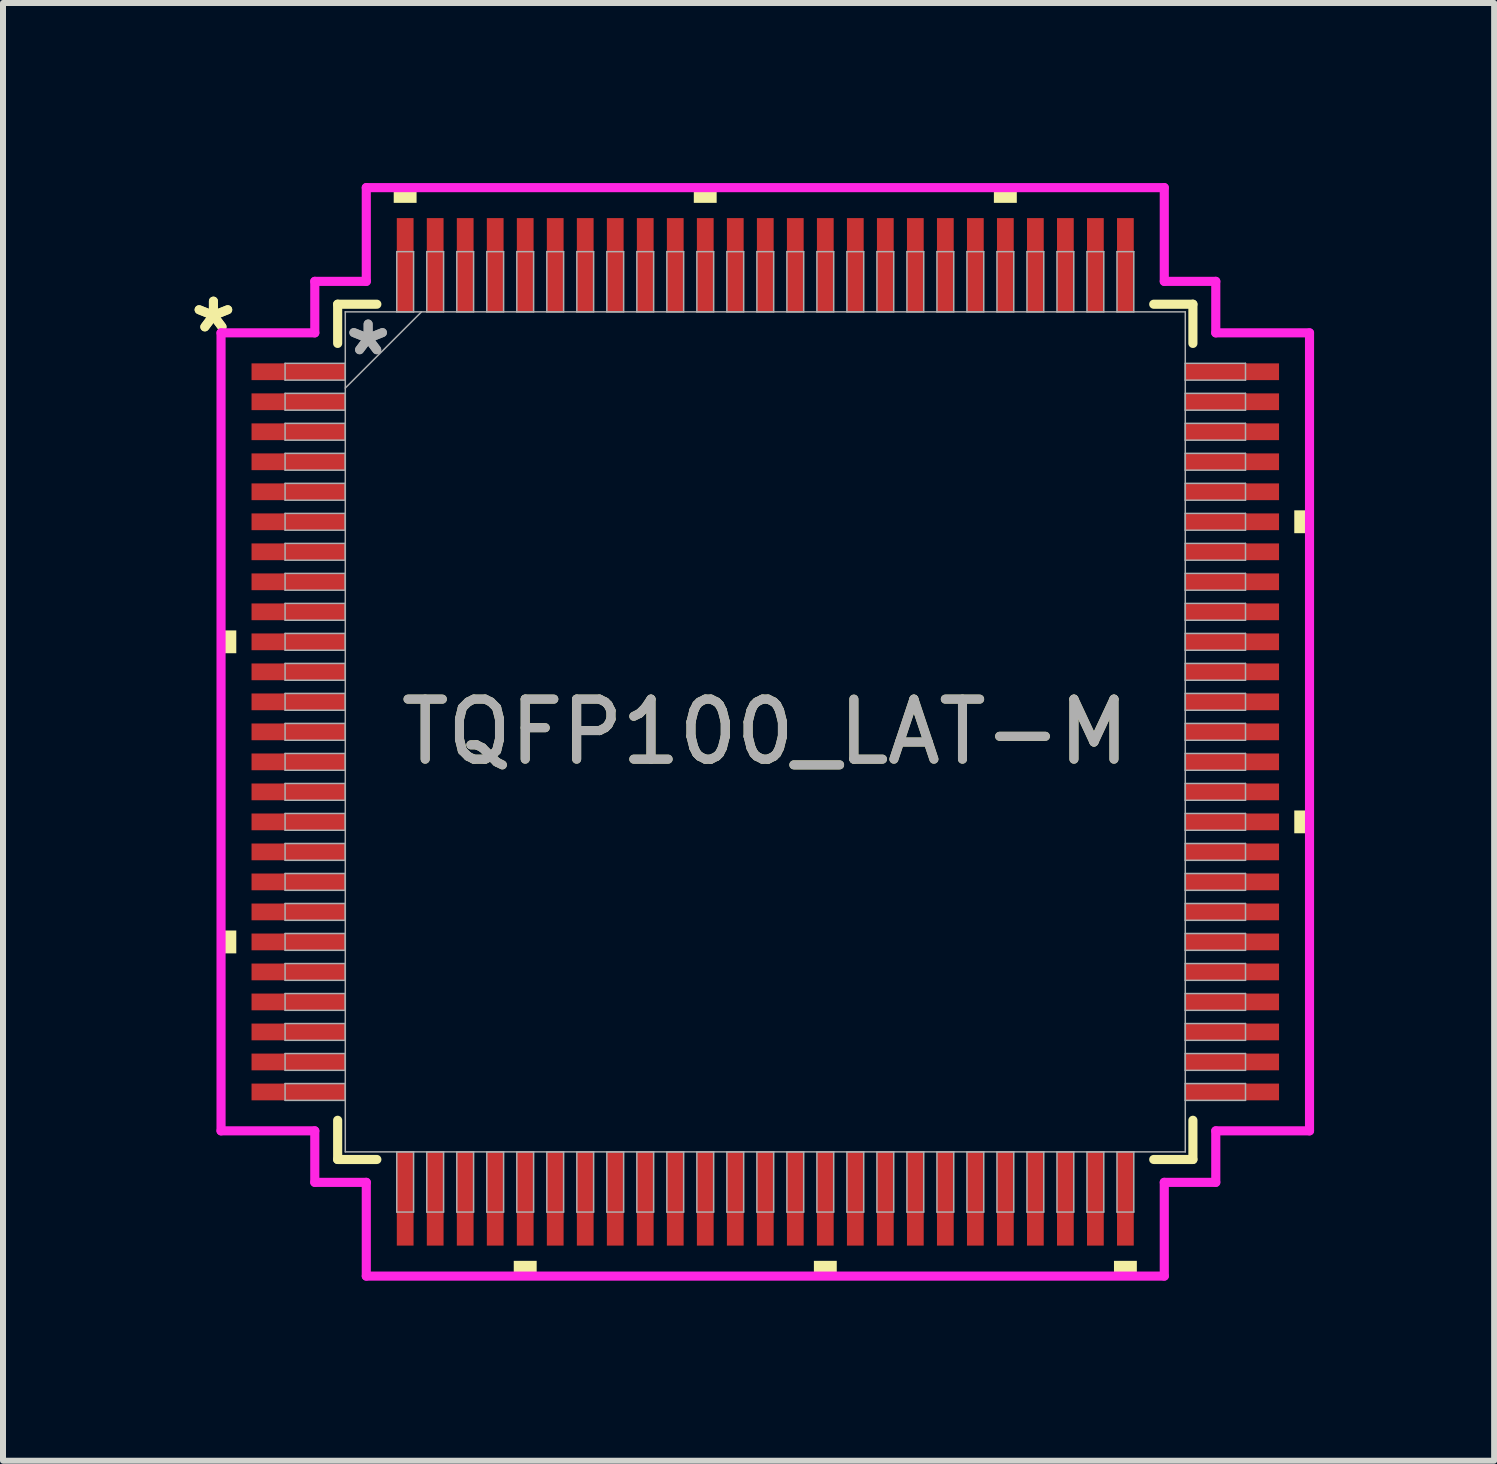
<source format=kicad_pcb>
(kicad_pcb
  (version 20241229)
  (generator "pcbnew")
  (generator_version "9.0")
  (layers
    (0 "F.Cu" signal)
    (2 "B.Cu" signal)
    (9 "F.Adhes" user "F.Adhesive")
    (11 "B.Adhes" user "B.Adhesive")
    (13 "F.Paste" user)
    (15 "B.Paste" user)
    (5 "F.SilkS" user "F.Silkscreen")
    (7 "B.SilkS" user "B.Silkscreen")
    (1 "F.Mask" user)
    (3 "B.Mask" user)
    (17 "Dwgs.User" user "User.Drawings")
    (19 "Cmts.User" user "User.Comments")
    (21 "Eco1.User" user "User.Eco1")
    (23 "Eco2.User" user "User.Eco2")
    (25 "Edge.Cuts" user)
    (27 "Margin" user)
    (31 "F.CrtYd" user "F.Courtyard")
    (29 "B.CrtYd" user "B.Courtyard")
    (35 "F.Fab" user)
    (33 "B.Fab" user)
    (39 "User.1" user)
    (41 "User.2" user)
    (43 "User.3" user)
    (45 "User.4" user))
  (footprint "TQFP100_LAT-M"
    (layer "F.Cu")
    (at 9.701 9.144)
    (property "Reference" "TQFP100_LAT-M" (at 0 0 0) (unlocked yes) (layer "F.SilkS") (effects (font (size 1 1) (thickness 0.15))))
    (attr smd)
    (fp_line (start -7.125 -7.125) (end -7.125 -6.472) (stroke (width 0.152) (type solid)) (layer "F.SilkS"))
    (fp_line (start -7.125 6.472) (end -7.125 7.125) (stroke (width 0.152) (type solid)) (layer "F.SilkS"))
    (fp_line (start -7.125 7.125) (end -6.472 7.125) (stroke (width 0.152) (type solid)) (layer "F.SilkS"))
    (fp_line (start -6.472 -7.125) (end -7.125 -7.125) (stroke (width 0.152) (type solid)) (layer "F.SilkS"))
    (fp_line (start 6.472 7.125) (end 7.125 7.125) (stroke (width 0.152) (type solid)) (layer "F.SilkS"))
    (fp_line (start 7.125 -7.125) (end 6.472 -7.125) (stroke (width 0.152) (type solid)) (layer "F.SilkS"))
    (fp_line (start 7.125 -6.472) (end 7.125 -7.125) (stroke (width 0.152) (type solid)) (layer "F.SilkS"))
    (fp_line (start 7.125 7.125) (end 7.125 6.472) (stroke (width 0.152) (type solid)) (layer "F.SilkS"))
    (fp_poly (pts (xy -9.068 -1.69) (xy -9.068 -1.31) (xy -8.814 -1.31) (xy -8.814 -1.69)) (stroke (width 0) (type solid)) (fill yes) (layer "F.SilkS"))
    (fp_poly (pts (xy -9.068 3.31) (xy -9.068 3.691) (xy -8.814 3.691) (xy -8.814 3.31)) (stroke (width 0) (type solid)) (fill yes) (layer "F.SilkS"))
    (fp_poly (pts (xy -6.191 -8.814) (xy -6.191 -9.068) (xy -5.81 -9.068) (xy -5.81 -8.814)) (stroke (width 0) (type solid)) (fill yes) (layer "F.SilkS"))
    (fp_poly (pts (xy -4.191 8.814) (xy -4.191 9.068) (xy -3.809 9.068) (xy -3.809 8.814)) (stroke (width 0) (type solid)) (fill yes) (layer "F.SilkS"))
    (fp_poly (pts (xy -1.191 -8.814) (xy -1.191 -9.068) (xy -0.81 -9.068) (xy -0.81 -8.814)) (stroke (width 0) (type solid)) (fill yes) (layer "F.SilkS"))
    (fp_poly (pts (xy 0.81 8.814) (xy 0.81 9.068) (xy 1.191 9.068) (xy 1.191 8.814)) (stroke (width 0) (type solid)) (fill yes) (layer "F.SilkS"))
    (fp_poly (pts (xy 3.809 -8.814) (xy 3.809 -9.068) (xy 4.191 -9.068) (xy 4.191 -8.814)) (stroke (width 0) (type solid)) (fill yes) (layer "F.SilkS"))
    (fp_poly (pts (xy 5.81 8.814) (xy 5.81 9.068) (xy 6.191 9.068) (xy 6.191 8.814)) (stroke (width 0) (type solid)) (fill yes) (layer "F.SilkS"))
    (fp_poly (pts (xy 9.068 -3.691) (xy 9.068 -3.31) (xy 8.814 -3.31) (xy 8.814 -3.691)) (stroke (width 0) (type solid)) (fill yes) (layer "F.SilkS"))
    (fp_poly (pts (xy 9.068 1.31) (xy 9.068 1.69) (xy 8.814 1.69) (xy 8.814 1.31)) (stroke (width 0) (type solid)) (fill yes) (layer "F.SilkS"))
    (fp_line (start -9.068 -6.648) (end -7.506 -6.648) (stroke (width 0.152) (type solid)) (layer "F.CrtYd"))
    (fp_line (start -9.068 6.648) (end -9.068 -6.648) (stroke (width 0.152) (type solid)) (layer "F.CrtYd"))
    (fp_line (start -7.506 -7.506) (end -6.648 -7.506) (stroke (width 0.152) (type solid)) (layer "F.CrtYd"))
    (fp_line (start -7.506 -6.648) (end -7.506 -7.506) (stroke (width 0.152) (type solid)) (layer "F.CrtYd"))
    (fp_line (start -7.506 6.648) (end -9.068 6.648) (stroke (width 0.152) (type solid)) (layer "F.CrtYd"))
    (fp_line (start -7.506 7.506) (end -7.506 6.648) (stroke (width 0.152) (type solid)) (layer "F.CrtYd"))
    (fp_line (start -7.506 7.506) (end -6.648 7.506) (stroke (width 0.152) (type solid)) (layer "F.CrtYd"))
    (fp_line (start -6.648 -9.068) (end 6.648 -9.068) (stroke (width 0.152) (type solid)) (layer "F.CrtYd"))
    (fp_line (start -6.648 -7.506) (end -6.648 -9.068) (stroke (width 0.152) (type solid)) (layer "F.CrtYd"))
    (fp_line (start -6.648 7.506) (end -6.648 9.068) (stroke (width 0.152) (type solid)) (layer "F.CrtYd"))
    (fp_line (start -6.648 9.068) (end 6.648 9.068) (stroke (width 0.152) (type solid)) (layer "F.CrtYd"))
    (fp_line (start 6.648 -9.068) (end 6.648 -7.506) (stroke (width 0.152) (type solid)) (layer "F.CrtYd"))
    (fp_line (start 6.648 -7.506) (end 7.506 -7.506) (stroke (width 0.152) (type solid)) (layer "F.CrtYd"))
    (fp_line (start 6.648 7.506) (end 7.506 7.506) (stroke (width 0.152) (type solid)) (layer "F.CrtYd"))
    (fp_line (start 6.648 9.068) (end 6.648 7.506) (stroke (width 0.152) (type solid)) (layer "F.CrtYd"))
    (fp_line (start 7.506 -6.648) (end 7.506 -7.506) (stroke (width 0.152) (type solid)) (layer "F.CrtYd"))
    (fp_line (start 7.506 6.648) (end 9.068 6.648) (stroke (width 0.152) (type solid)) (layer "F.CrtYd"))
    (fp_line (start 7.506 7.506) (end 7.506 6.648) (stroke (width 0.152) (type solid)) (layer "F.CrtYd"))
    (fp_line (start 9.068 -6.648) (end 7.506 -6.648) (stroke (width 0.152) (type solid)) (layer "F.CrtYd"))
    (fp_line (start 9.068 6.648) (end 9.068 -6.648) (stroke (width 0.152) (type solid)) (layer "F.CrtYd"))
    (fp_line (start -8.001 -6.14) (end -8.001 -5.86) (stroke (width 0.025) (type solid)) (layer "F.Fab"))
    (fp_line (start -8.001 -5.86) (end -6.998 -5.86) (stroke (width 0.025) (type solid)) (layer "F.Fab"))
    (fp_line (start -8.001 -5.64) (end -8.001 -5.36) (stroke (width 0.025) (type solid)) (layer "F.Fab"))
    (fp_line (start -8.001 -5.36) (end -6.998 -5.36) (stroke (width 0.025) (type solid)) (layer "F.Fab"))
    (fp_line (start -8.001 -5.14) (end -8.001 -4.86) (stroke (width 0.025) (type solid)) (layer "F.Fab"))
    (fp_line (start -8.001 -4.86) (end -6.998 -4.86) (stroke (width 0.025) (type solid)) (layer "F.Fab"))
    (fp_line (start -8.001 -4.64) (end -8.001 -4.36) (stroke (width 0.025) (type solid)) (layer "F.Fab"))
    (fp_line (start -8.001 -4.36) (end -6.998 -4.36) (stroke (width 0.025) (type solid)) (layer "F.Fab"))
    (fp_line (start -8.001 -4.14) (end -8.001 -3.86) (stroke (width 0.025) (type solid)) (layer "F.Fab"))
    (fp_line (start -8.001 -3.86) (end -6.998 -3.86) (stroke (width 0.025) (type solid)) (layer "F.Fab"))
    (fp_line (start -8.001 -3.64) (end -8.001 -3.36) (stroke (width 0.025) (type solid)) (layer "F.Fab"))
    (fp_line (start -8.001 -3.36) (end -6.998 -3.36) (stroke (width 0.025) (type solid)) (layer "F.Fab"))
    (fp_line (start -8.001 -3.14) (end -8.001 -2.86) (stroke (width 0.025) (type solid)) (layer "F.Fab"))
    (fp_line (start -8.001 -2.86) (end -6.998 -2.86) (stroke (width 0.025) (type solid)) (layer "F.Fab"))
    (fp_line (start -8.001 -2.64) (end -8.001 -2.36) (stroke (width 0.025) (type solid)) (layer "F.Fab"))
    (fp_line (start -8.001 -2.36) (end -6.998 -2.36) (stroke (width 0.025) (type solid)) (layer "F.Fab"))
    (fp_line (start -8.001 -2.14) (end -8.001 -1.86) (stroke (width 0.025) (type solid)) (layer "F.Fab"))
    (fp_line (start -8.001 -1.86) (end -6.998 -1.86) (stroke (width 0.025) (type solid)) (layer "F.Fab"))
    (fp_line (start -8.001 -1.64) (end -8.001 -1.36) (stroke (width 0.025) (type solid)) (layer "F.Fab"))
    (fp_line (start -8.001 -1.36) (end -6.998 -1.36) (stroke (width 0.025) (type solid)) (layer "F.Fab"))
    (fp_line (start -8.001 -1.14) (end -8.001 -0.86) (stroke (width 0.025) (type solid)) (layer "F.Fab"))
    (fp_line (start -8.001 -0.86) (end -6.998 -0.86) (stroke (width 0.025) (type solid)) (layer "F.Fab"))
    (fp_line (start -8.001 -0.64) (end -8.001 -0.36) (stroke (width 0.025) (type solid)) (layer "F.Fab"))
    (fp_line (start -8.001 -0.36) (end -6.998 -0.36) (stroke (width 0.025) (type solid)) (layer "F.Fab"))
    (fp_line (start -8.001 -0.14) (end -8.001 0.14) (stroke (width 0.025) (type solid)) (layer "F.Fab"))
    (fp_line (start -8.001 0.14) (end -6.998 0.14) (stroke (width 0.025) (type solid)) (layer "F.Fab"))
    (fp_line (start -8.001 0.36) (end -8.001 0.64) (stroke (width 0.025) (type solid)) (layer "F.Fab"))
    (fp_line (start -8.001 0.64) (end -6.998 0.64) (stroke (width 0.025) (type solid)) (layer "F.Fab"))
    (fp_line (start -8.001 0.86) (end -8.001 1.14) (stroke (width 0.025) (type solid)) (layer "F.Fab"))
    (fp_line (start -8.001 1.14) (end -6.998 1.14) (stroke (width 0.025) (type solid)) (layer "F.Fab"))
    (fp_line (start -8.001 1.36) (end -8.001 1.64) (stroke (width 0.025) (type solid)) (layer "F.Fab"))
    (fp_line (start -8.001 1.64) (end -6.998 1.64) (stroke (width 0.025) (type solid)) (layer "F.Fab"))
    (fp_line (start -8.001 1.86) (end -8.001 2.14) (stroke (width 0.025) (type solid)) (layer "F.Fab"))
    (fp_line (start -8.001 2.14) (end -6.998 2.14) (stroke (width 0.025) (type solid)) (layer "F.Fab"))
    (fp_line (start -8.001 2.36) (end -8.001 2.64) (stroke (width 0.025) (type solid)) (layer "F.Fab"))
    (fp_line (start -8.001 2.64) (end -6.998 2.64) (stroke (width 0.025) (type solid)) (layer "F.Fab"))
    (fp_line (start -8.001 2.86) (end -8.001 3.14) (stroke (width 0.025) (type solid)) (layer "F.Fab"))
    (fp_line (start -8.001 3.14) (end -6.998 3.14) (stroke (width 0.025) (type solid)) (layer "F.Fab"))
    (fp_line (start -8.001 3.36) (end -8.001 3.64) (stroke (width 0.025) (type solid)) (layer "F.Fab"))
    (fp_line (start -8.001 3.64) (end -6.998 3.64) (stroke (width 0.025) (type solid)) (layer "F.Fab"))
    (fp_line (start -8.001 3.86) (end -8.001 4.14) (stroke (width 0.025) (type solid)) (layer "F.Fab"))
    (fp_line (start -8.001 4.14) (end -6.998 4.14) (stroke (width 0.025) (type solid)) (layer "F.Fab"))
    (fp_line (start -8.001 4.36) (end -8.001 4.64) (stroke (width 0.025) (type solid)) (layer "F.Fab"))
    (fp_line (start -8.001 4.64) (end -6.998 4.64) (stroke (width 0.025) (type solid)) (layer "F.Fab"))
    (fp_line (start -8.001 4.86) (end -8.001 5.14) (stroke (width 0.025) (type solid)) (layer "F.Fab"))
    (fp_line (start -8.001 5.14) (end -6.998 5.14) (stroke (width 0.025) (type solid)) (layer "F.Fab"))
    (fp_line (start -8.001 5.36) (end -8.001 5.64) (stroke (width 0.025) (type solid)) (layer "F.Fab"))
    (fp_line (start -8.001 5.64) (end -6.998 5.64) (stroke (width 0.025) (type solid)) (layer "F.Fab"))
    (fp_line (start -8.001 5.86) (end -8.001 6.14) (stroke (width 0.025) (type solid)) (layer "F.Fab"))
    (fp_line (start -8.001 6.14) (end -6.998 6.14) (stroke (width 0.025) (type solid)) (layer "F.Fab"))
    (fp_line (start -6.998 -6.998) (end -6.998 6.998) (stroke (width 0.025) (type solid)) (layer "F.Fab"))
    (fp_line (start -6.998 -6.14) (end -8.001 -6.14) (stroke (width 0.025) (type solid)) (layer "F.Fab"))
    (fp_line (start -6.998 -5.86) (end -6.998 -6.14) (stroke (width 0.025) (type solid)) (layer "F.Fab"))
    (fp_line (start -6.998 -5.728) (end -5.728 -6.998) (stroke (width 0.025) (type solid)) (layer "F.Fab"))
    (fp_line (start -6.998 -5.64) (end -8.001 -5.64) (stroke (width 0.025) (type solid)) (layer "F.Fab"))
    (fp_line (start -6.998 -5.36) (end -6.998 -5.64) (stroke (width 0.025) (type solid)) (layer "F.Fab"))
    (fp_line (start -6.998 -5.14) (end -8.001 -5.14) (stroke (width 0.025) (type solid)) (layer "F.Fab"))
    (fp_line (start -6.998 -4.86) (end -6.998 -5.14) (stroke (width 0.025) (type solid)) (layer "F.Fab"))
    (fp_line (start -6.998 -4.64) (end -8.001 -4.64) (stroke (width 0.025) (type solid)) (layer "F.Fab"))
    (fp_line (start -6.998 -4.36) (end -6.998 -4.64) (stroke (width 0.025) (type solid)) (layer "F.Fab"))
    (fp_line (start -6.998 -4.14) (end -8.001 -4.14) (stroke (width 0.025) (type solid)) (layer "F.Fab"))
    (fp_line (start -6.998 -3.86) (end -6.998 -4.14) (stroke (width 0.025) (type solid)) (layer "F.Fab"))
    (fp_line (start -6.998 -3.64) (end -8.001 -3.64) (stroke (width 0.025) (type solid)) (layer "F.Fab"))
    (fp_line (start -6.998 -3.36) (end -6.998 -3.64) (stroke (width 0.025) (type solid)) (layer "F.Fab"))
    (fp_line (start -6.998 -3.14) (end -8.001 -3.14) (stroke (width 0.025) (type solid)) (layer "F.Fab"))
    (fp_line (start -6.998 -2.86) (end -6.998 -3.14) (stroke (width 0.025) (type solid)) (layer "F.Fab"))
    (fp_line (start -6.998 -2.64) (end -8.001 -2.64) (stroke (width 0.025) (type solid)) (layer "F.Fab"))
    (fp_line (start -6.998 -2.36) (end -6.998 -2.64) (stroke (width 0.025) (type solid)) (layer "F.Fab"))
    (fp_line (start -6.998 -2.14) (end -8.001 -2.14) (stroke (width 0.025) (type solid)) (layer "F.Fab"))
    (fp_line (start -6.998 -1.86) (end -6.998 -2.14) (stroke (width 0.025) (type solid)) (layer "F.Fab"))
    (fp_line (start -6.998 -1.64) (end -8.001 -1.64) (stroke (width 0.025) (type solid)) (layer "F.Fab"))
    (fp_line (start -6.998 -1.36) (end -6.998 -1.64) (stroke (width 0.025) (type solid)) (layer "F.Fab"))
    (fp_line (start -6.998 -1.14) (end -8.001 -1.14) (stroke (width 0.025) (type solid)) (layer "F.Fab"))
    (fp_line (start -6.998 -0.86) (end -6.998 -1.14) (stroke (width 0.025) (type solid)) (layer "F.Fab"))
    (fp_line (start -6.998 -0.64) (end -8.001 -0.64) (stroke (width 0.025) (type solid)) (layer "F.Fab"))
    (fp_line (start -6.998 -0.36) (end -6.998 -0.64) (stroke (width 0.025) (type solid)) (layer "F.Fab"))
    (fp_line (start -6.998 -0.14) (end -8.001 -0.14) (stroke (width 0.025) (type solid)) (layer "F.Fab"))
    (fp_line (start -6.998 0.14) (end -6.998 -0.14) (stroke (width 0.025) (type solid)) (layer "F.Fab"))
    (fp_line (start -6.998 0.36) (end -8.001 0.36) (stroke (width 0.025) (type solid)) (layer "F.Fab"))
    (fp_line (start -6.998 0.64) (end -6.998 0.36) (stroke (width 0.025) (type solid)) (layer "F.Fab"))
    (fp_line (start -6.998 0.86) (end -8.001 0.86) (stroke (width 0.025) (type solid)) (layer "F.Fab"))
    (fp_line (start -6.998 1.14) (end -6.998 0.86) (stroke (width 0.025) (type solid)) (layer "F.Fab"))
    (fp_line (start -6.998 1.36) (end -8.001 1.36) (stroke (width 0.025) (type solid)) (layer "F.Fab"))
    (fp_line (start -6.998 1.64) (end -6.998 1.36) (stroke (width 0.025) (type solid)) (layer "F.Fab"))
    (fp_line (start -6.998 1.86) (end -8.001 1.86) (stroke (width 0.025) (type solid)) (layer "F.Fab"))
    (fp_line (start -6.998 2.14) (end -6.998 1.86) (stroke (width 0.025) (type solid)) (layer "F.Fab"))
    (fp_line (start -6.998 2.36) (end -8.001 2.36) (stroke (width 0.025) (type solid)) (layer "F.Fab"))
    (fp_line (start -6.998 2.64) (end -6.998 2.36) (stroke (width 0.025) (type solid)) (layer "F.Fab"))
    (fp_line (start -6.998 2.86) (end -8.001 2.86) (stroke (width 0.025) (type solid)) (layer "F.Fab"))
    (fp_line (start -6.998 3.14) (end -6.998 2.86) (stroke (width 0.025) (type solid)) (layer "F.Fab"))
    (fp_line (start -6.998 3.36) (end -8.001 3.36) (stroke (width 0.025) (type solid)) (layer "F.Fab"))
    (fp_line (start -6.998 3.64) (end -6.998 3.36) (stroke (width 0.025) (type solid)) (layer "F.Fab"))
    (fp_line (start -6.998 3.86) (end -8.001 3.86) (stroke (width 0.025) (type solid)) (layer "F.Fab"))
    (fp_line (start -6.998 4.14) (end -6.998 3.86) (stroke (width 0.025) (type solid)) (layer "F.Fab"))
    (fp_line (start -6.998 4.36) (end -8.001 4.36) (stroke (width 0.025) (type solid)) (layer "F.Fab"))
    (fp_line (start -6.998 4.64) (end -6.998 4.36) (stroke (width 0.025) (type solid)) (layer "F.Fab"))
    (fp_line (start -6.998 4.86) (end -8.001 4.86) (stroke (width 0.025) (type solid)) (layer "F.Fab"))
    (fp_line (start -6.998 5.14) (end -6.998 4.86) (stroke (width 0.025) (type solid)) (layer "F.Fab"))
    (fp_line (start -6.998 5.36) (end -8.001 5.36) (stroke (width 0.025) (type solid)) (layer "F.Fab"))
    (fp_line (start -6.998 5.64) (end -6.998 5.36) (stroke (width 0.025) (type solid)) (layer "F.Fab"))
    (fp_line (start -6.998 5.86) (end -8.001 5.86) (stroke (width 0.025) (type solid)) (layer "F.Fab"))
    (fp_line (start -6.998 6.14) (end -6.998 5.86) (stroke (width 0.025) (type solid)) (layer "F.Fab"))
    (fp_line (start -6.998 6.998) (end 6.998 6.998) (stroke (width 0.025) (type solid)) (layer "F.Fab"))
    (fp_line (start -6.14 -8.001) (end -6.14 -6.998) (stroke (width 0.025) (type solid)) (layer "F.Fab"))
    (fp_line (start -6.14 -6.998) (end -5.86 -6.998) (stroke (width 0.025) (type solid)) (layer "F.Fab"))
    (fp_line (start -6.14 6.998) (end -6.14 8.001) (stroke (width 0.025) (type solid)) (layer "F.Fab"))
    (fp_line (start -6.14 8.001) (end -5.86 8.001) (stroke (width 0.025) (type solid)) (layer "F.Fab"))
    (fp_line (start -5.86 -8.001) (end -6.14 -8.001) (stroke (width 0.025) (type solid)) (layer "F.Fab"))
    (fp_line (start -5.86 -6.998) (end -5.86 -8.001) (stroke (width 0.025) (type solid)) (layer "F.Fab"))
    (fp_line (start -5.86 6.998) (end -6.14 6.998) (stroke (width 0.025) (type solid)) (layer "F.Fab"))
    (fp_line (start -5.86 8.001) (end -5.86 6.998) (stroke (width 0.025) (type solid)) (layer "F.Fab"))
    (fp_line (start -5.64 -8.001) (end -5.64 -6.998) (stroke (width 0.025) (type solid)) (layer "F.Fab"))
    (fp_line (start -5.64 -6.998) (end -5.36 -6.998) (stroke (width 0.025) (type solid)) (layer "F.Fab"))
    (fp_line (start -5.64 6.998) (end -5.64 8.001) (stroke (width 0.025) (type solid)) (layer "F.Fab"))
    (fp_line (start -5.64 8.001) (end -5.36 8.001) (stroke (width 0.025) (type solid)) (layer "F.Fab"))
    (fp_line (start -5.36 -8.001) (end -5.64 -8.001) (stroke (width 0.025) (type solid)) (layer "F.Fab"))
    (fp_line (start -5.36 -6.998) (end -5.36 -8.001) (stroke (width 0.025) (type solid)) (layer "F.Fab"))
    (fp_line (start -5.36 6.998) (end -5.64 6.998) (stroke (width 0.025) (type solid)) (layer "F.Fab"))
    (fp_line (start -5.36 8.001) (end -5.36 6.998) (stroke (width 0.025) (type solid)) (layer "F.Fab"))
    (fp_line (start -5.14 -8.001) (end -5.14 -6.998) (stroke (width 0.025) (type solid)) (layer "F.Fab"))
    (fp_line (start -5.14 -6.998) (end -4.86 -6.998) (stroke (width 0.025) (type solid)) (layer "F.Fab"))
    (fp_line (start -5.14 6.998) (end -5.14 8.001) (stroke (width 0.025) (type solid)) (layer "F.Fab"))
    (fp_line (start -5.14 8.001) (end -4.86 8.001) (stroke (width 0.025) (type solid)) (layer "F.Fab"))
    (fp_line (start -4.86 -8.001) (end -5.14 -8.001) (stroke (width 0.025) (type solid)) (layer "F.Fab"))
    (fp_line (start -4.86 -6.998) (end -4.86 -8.001) (stroke (width 0.025) (type solid)) (layer "F.Fab"))
    (fp_line (start -4.86 6.998) (end -5.14 6.998) (stroke (width 0.025) (type solid)) (layer "F.Fab"))
    (fp_line (start -4.86 8.001) (end -4.86 6.998) (stroke (width 0.025) (type solid)) (layer "F.Fab"))
    (fp_line (start -4.64 -8.001) (end -4.64 -6.998) (stroke (width 0.025) (type solid)) (layer "F.Fab"))
    (fp_line (start -4.64 -6.998) (end -4.36 -6.998) (stroke (width 0.025) (type solid)) (layer "F.Fab"))
    (fp_line (start -4.64 6.998) (end -4.64 8.001) (stroke (width 0.025) (type solid)) (layer "F.Fab"))
    (fp_line (start -4.64 8.001) (end -4.36 8.001) (stroke (width 0.025) (type solid)) (layer "F.Fab"))
    (fp_line (start -4.36 -8.001) (end -4.64 -8.001) (stroke (width 0.025) (type solid)) (layer "F.Fab"))
    (fp_line (start -4.36 -6.998) (end -4.36 -8.001) (stroke (width 0.025) (type solid)) (layer "F.Fab"))
    (fp_line (start -4.36 6.998) (end -4.64 6.998) (stroke (width 0.025) (type solid)) (layer "F.Fab"))
    (fp_line (start -4.36 8.001) (end -4.36 6.998) (stroke (width 0.025) (type solid)) (layer "F.Fab"))
    (fp_line (start -4.14 -8.001) (end -4.14 -6.998) (stroke (width 0.025) (type solid)) (layer "F.Fab"))
    (fp_line (start -4.14 -6.998) (end -3.86 -6.998) (stroke (width 0.025) (type solid)) (layer "F.Fab"))
    (fp_line (start -4.14 6.998) (end -4.14 8.001) (stroke (width 0.025) (type solid)) (layer "F.Fab"))
    (fp_line (start -4.14 8.001) (end -3.86 8.001) (stroke (width 0.025) (type solid)) (layer "F.Fab"))
    (fp_line (start -3.86 -8.001) (end -4.14 -8.001) (stroke (width 0.025) (type solid)) (layer "F.Fab"))
    (fp_line (start -3.86 -6.998) (end -3.86 -8.001) (stroke (width 0.025) (type solid)) (layer "F.Fab"))
    (fp_line (start -3.86 6.998) (end -4.14 6.998) (stroke (width 0.025) (type solid)) (layer "F.Fab"))
    (fp_line (start -3.86 8.001) (end -3.86 6.998) (stroke (width 0.025) (type solid)) (layer "F.Fab"))
    (fp_line (start -3.64 -8.001) (end -3.64 -6.998) (stroke (width 0.025) (type solid)) (layer "F.Fab"))
    (fp_line (start -3.64 -6.998) (end -3.36 -6.998) (stroke (width 0.025) (type solid)) (layer "F.Fab"))
    (fp_line (start -3.64 6.998) (end -3.64 8.001) (stroke (width 0.025) (type solid)) (layer "F.Fab"))
    (fp_line (start -3.64 8.001) (end -3.36 8.001) (stroke (width 0.025) (type solid)) (layer "F.Fab"))
    (fp_line (start -3.36 -8.001) (end -3.64 -8.001) (stroke (width 0.025) (type solid)) (layer "F.Fab"))
    (fp_line (start -3.36 -6.998) (end -3.36 -8.001) (stroke (width 0.025) (type solid)) (layer "F.Fab"))
    (fp_line (start -3.36 6.998) (end -3.64 6.998) (stroke (width 0.025) (type solid)) (layer "F.Fab"))
    (fp_line (start -3.36 8.001) (end -3.36 6.998) (stroke (width 0.025) (type solid)) (layer "F.Fab"))
    (fp_line (start -3.14 -8.001) (end -3.14 -6.998) (stroke (width 0.025) (type solid)) (layer "F.Fab"))
    (fp_line (start -3.14 -6.998) (end -2.86 -6.998) (stroke (width 0.025) (type solid)) (layer "F.Fab"))
    (fp_line (start -3.14 6.998) (end -3.14 8.001) (stroke (width 0.025) (type solid)) (layer "F.Fab"))
    (fp_line (start -3.14 8.001) (end -2.86 8.001) (stroke (width 0.025) (type solid)) (layer "F.Fab"))
    (fp_line (start -2.86 -8.001) (end -3.14 -8.001) (stroke (width 0.025) (type solid)) (layer "F.Fab"))
    (fp_line (start -2.86 -6.998) (end -2.86 -8.001) (stroke (width 0.025) (type solid)) (layer "F.Fab"))
    (fp_line (start -2.86 6.998) (end -3.14 6.998) (stroke (width 0.025) (type solid)) (layer "F.Fab"))
    (fp_line (start -2.86 8.001) (end -2.86 6.998) (stroke (width 0.025) (type solid)) (layer "F.Fab"))
    (fp_line (start -2.64 -8.001) (end -2.64 -6.998) (stroke (width 0.025) (type solid)) (layer "F.Fab"))
    (fp_line (start -2.64 -6.998) (end -2.36 -6.998) (stroke (width 0.025) (type solid)) (layer "F.Fab"))
    (fp_line (start -2.64 6.998) (end -2.64 8.001) (stroke (width 0.025) (type solid)) (layer "F.Fab"))
    (fp_line (start -2.64 8.001) (end -2.36 8.001) (stroke (width 0.025) (type solid)) (layer "F.Fab"))
    (fp_line (start -2.36 -8.001) (end -2.64 -8.001) (stroke (width 0.025) (type solid)) (layer "F.Fab"))
    (fp_line (start -2.36 -6.998) (end -2.36 -8.001) (stroke (width 0.025) (type solid)) (layer "F.Fab"))
    (fp_line (start -2.36 6.998) (end -2.64 6.998) (stroke (width 0.025) (type solid)) (layer "F.Fab"))
    (fp_line (start -2.36 8.001) (end -2.36 6.998) (stroke (width 0.025) (type solid)) (layer "F.Fab"))
    (fp_line (start -2.14 -8.001) (end -2.14 -6.998) (stroke (width 0.025) (type solid)) (layer "F.Fab"))
    (fp_line (start -2.14 -6.998) (end -1.86 -6.998) (stroke (width 0.025) (type solid)) (layer "F.Fab"))
    (fp_line (start -2.14 6.998) (end -2.14 8.001) (stroke (width 0.025) (type solid)) (layer "F.Fab"))
    (fp_line (start -2.14 8.001) (end -1.86 8.001) (stroke (width 0.025) (type solid)) (layer "F.Fab"))
    (fp_line (start -1.86 -8.001) (end -2.14 -8.001) (stroke (width 0.025) (type solid)) (layer "F.Fab"))
    (fp_line (start -1.86 -6.998) (end -1.86 -8.001) (stroke (width 0.025) (type solid)) (layer "F.Fab"))
    (fp_line (start -1.86 6.998) (end -2.14 6.998) (stroke (width 0.025) (type solid)) (layer "F.Fab"))
    (fp_line (start -1.86 8.001) (end -1.86 6.998) (stroke (width 0.025) (type solid)) (layer "F.Fab"))
    (fp_line (start -1.64 -8.001) (end -1.64 -6.998) (stroke (width 0.025) (type solid)) (layer "F.Fab"))
    (fp_line (start -1.64 -6.998) (end -1.36 -6.998) (stroke (width 0.025) (type solid)) (layer "F.Fab"))
    (fp_line (start -1.64 6.998) (end -1.64 8.001) (stroke (width 0.025) (type solid)) (layer "F.Fab"))
    (fp_line (start -1.64 8.001) (end -1.36 8.001) (stroke (width 0.025) (type solid)) (layer "F.Fab"))
    (fp_line (start -1.36 -8.001) (end -1.64 -8.001) (stroke (width 0.025) (type solid)) (layer "F.Fab"))
    (fp_line (start -1.36 -6.998) (end -1.36 -8.001) (stroke (width 0.025) (type solid)) (layer "F.Fab"))
    (fp_line (start -1.36 6.998) (end -1.64 6.998) (stroke (width 0.025) (type solid)) (layer "F.Fab"))
    (fp_line (start -1.36 8.001) (end -1.36 6.998) (stroke (width 0.025) (type solid)) (layer "F.Fab"))
    (fp_line (start -1.14 -8.001) (end -1.14 -6.998) (stroke (width 0.025) (type solid)) (layer "F.Fab"))
    (fp_line (start -1.14 -6.998) (end -0.86 -6.998) (stroke (width 0.025) (type solid)) (layer "F.Fab"))
    (fp_line (start -1.14 6.998) (end -1.14 8.001) (stroke (width 0.025) (type solid)) (layer "F.Fab"))
    (fp_line (start -1.14 8.001) (end -0.86 8.001) (stroke (width 0.025) (type solid)) (layer "F.Fab"))
    (fp_line (start -0.86 -8.001) (end -1.14 -8.001) (stroke (width 0.025) (type solid)) (layer "F.Fab"))
    (fp_line (start -0.86 -6.998) (end -0.86 -8.001) (stroke (width 0.025) (type solid)) (layer "F.Fab"))
    (fp_line (start -0.86 6.998) (end -1.14 6.998) (stroke (width 0.025) (type solid)) (layer "F.Fab"))
    (fp_line (start -0.86 8.001) (end -0.86 6.998) (stroke (width 0.025) (type solid)) (layer "F.Fab"))
    (fp_line (start -0.64 -8.001) (end -0.64 -6.998) (stroke (width 0.025) (type solid)) (layer "F.Fab"))
    (fp_line (start -0.64 -6.998) (end -0.36 -6.998) (stroke (width 0.025) (type solid)) (layer "F.Fab"))
    (fp_line (start -0.64 6.998) (end -0.64 8.001) (stroke (width 0.025) (type solid)) (layer "F.Fab"))
    (fp_line (start -0.64 8.001) (end -0.36 8.001) (stroke (width 0.025) (type solid)) (layer "F.Fab"))
    (fp_line (start -0.36 -8.001) (end -0.64 -8.001) (stroke (width 0.025) (type solid)) (layer "F.Fab"))
    (fp_line (start -0.36 -6.998) (end -0.36 -8.001) (stroke (width 0.025) (type solid)) (layer "F.Fab"))
    (fp_line (start -0.36 6.998) (end -0.64 6.998) (stroke (width 0.025) (type solid)) (layer "F.Fab"))
    (fp_line (start -0.36 8.001) (end -0.36 6.998) (stroke (width 0.025) (type solid)) (layer "F.Fab"))
    (fp_line (start -0.14 -8.001) (end -0.14 -6.998) (stroke (width 0.025) (type solid)) (layer "F.Fab"))
    (fp_line (start -0.14 -6.998) (end 0.14 -6.998) (stroke (width 0.025) (type solid)) (layer "F.Fab"))
    (fp_line (start -0.14 6.998) (end -0.14 8.001) (stroke (width 0.025) (type solid)) (layer "F.Fab"))
    (fp_line (start -0.14 8.001) (end 0.14 8.001) (stroke (width 0.025) (type solid)) (layer "F.Fab"))
    (fp_line (start 0.14 -8.001) (end -0.14 -8.001) (stroke (width 0.025) (type solid)) (layer "F.Fab"))
    (fp_line (start 0.14 -6.998) (end 0.14 -8.001) (stroke (width 0.025) (type solid)) (layer "F.Fab"))
    (fp_line (start 0.14 6.998) (end -0.14 6.998) (stroke (width 0.025) (type solid)) (layer "F.Fab"))
    (fp_line (start 0.14 8.001) (end 0.14 6.998) (stroke (width 0.025) (type solid)) (layer "F.Fab"))
    (fp_line (start 0.36 -8.001) (end 0.36 -6.998) (stroke (width 0.025) (type solid)) (layer "F.Fab"))
    (fp_line (start 0.36 -6.998) (end 0.64 -6.998) (stroke (width 0.025) (type solid)) (layer "F.Fab"))
    (fp_line (start 0.36 6.998) (end 0.36 8.001) (stroke (width 0.025) (type solid)) (layer "F.Fab"))
    (fp_line (start 0.36 8.001) (end 0.64 8.001) (stroke (width 0.025) (type solid)) (layer "F.Fab"))
    (fp_line (start 0.64 -8.001) (end 0.36 -8.001) (stroke (width 0.025) (type solid)) (layer "F.Fab"))
    (fp_line (start 0.64 -6.998) (end 0.64 -8.001) (stroke (width 0.025) (type solid)) (layer "F.Fab"))
    (fp_line (start 0.64 6.998) (end 0.36 6.998) (stroke (width 0.025) (type solid)) (layer "F.Fab"))
    (fp_line (start 0.64 8.001) (end 0.64 6.998) (stroke (width 0.025) (type solid)) (layer "F.Fab"))
    (fp_line (start 0.86 -8.001) (end 0.86 -6.998) (stroke (width 0.025) (type solid)) (layer "F.Fab"))
    (fp_line (start 0.86 -6.998) (end 1.14 -6.998) (stroke (width 0.025) (type solid)) (layer "F.Fab"))
    (fp_line (start 0.86 6.998) (end 0.86 8.001) (stroke (width 0.025) (type solid)) (layer "F.Fab"))
    (fp_line (start 0.86 8.001) (end 1.14 8.001) (stroke (width 0.025) (type solid)) (layer "F.Fab"))
    (fp_line (start 1.14 -8.001) (end 0.86 -8.001) (stroke (width 0.025) (type solid)) (layer "F.Fab"))
    (fp_line (start 1.14 -6.998) (end 1.14 -8.001) (stroke (width 0.025) (type solid)) (layer "F.Fab"))
    (fp_line (start 1.14 6.998) (end 0.86 6.998) (stroke (width 0.025) (type solid)) (layer "F.Fab"))
    (fp_line (start 1.14 8.001) (end 1.14 6.998) (stroke (width 0.025) (type solid)) (layer "F.Fab"))
    (fp_line (start 1.36 -8.001) (end 1.36 -6.998) (stroke (width 0.025) (type solid)) (layer "F.Fab"))
    (fp_line (start 1.36 -6.998) (end 1.64 -6.998) (stroke (width 0.025) (type solid)) (layer "F.Fab"))
    (fp_line (start 1.36 6.998) (end 1.36 8.001) (stroke (width 0.025) (type solid)) (layer "F.Fab"))
    (fp_line (start 1.36 8.001) (end 1.64 8.001) (stroke (width 0.025) (type solid)) (layer "F.Fab"))
    (fp_line (start 1.64 -8.001) (end 1.36 -8.001) (stroke (width 0.025) (type solid)) (layer "F.Fab"))
    (fp_line (start 1.64 -6.998) (end 1.64 -8.001) (stroke (width 0.025) (type solid)) (layer "F.Fab"))
    (fp_line (start 1.64 6.998) (end 1.36 6.998) (stroke (width 0.025) (type solid)) (layer "F.Fab"))
    (fp_line (start 1.64 8.001) (end 1.64 6.998) (stroke (width 0.025) (type solid)) (layer "F.Fab"))
    (fp_line (start 1.86 -8.001) (end 1.86 -6.998) (stroke (width 0.025) (type solid)) (layer "F.Fab"))
    (fp_line (start 1.86 -6.998) (end 2.14 -6.998) (stroke (width 0.025) (type solid)) (layer "F.Fab"))
    (fp_line (start 1.86 6.998) (end 1.86 8.001) (stroke (width 0.025) (type solid)) (layer "F.Fab"))
    (fp_line (start 1.86 8.001) (end 2.14 8.001) (stroke (width 0.025) (type solid)) (layer "F.Fab"))
    (fp_line (start 2.14 -8.001) (end 1.86 -8.001) (stroke (width 0.025) (type solid)) (layer "F.Fab"))
    (fp_line (start 2.14 -6.998) (end 2.14 -8.001) (stroke (width 0.025) (type solid)) (layer "F.Fab"))
    (fp_line (start 2.14 6.998) (end 1.86 6.998) (stroke (width 0.025) (type solid)) (layer "F.Fab"))
    (fp_line (start 2.14 8.001) (end 2.14 6.998) (stroke (width 0.025) (type solid)) (layer "F.Fab"))
    (fp_line (start 2.36 -8.001) (end 2.36 -6.998) (stroke (width 0.025) (type solid)) (layer "F.Fab"))
    (fp_line (start 2.36 -6.998) (end 2.64 -6.998) (stroke (width 0.025) (type solid)) (layer "F.Fab"))
    (fp_line (start 2.36 6.998) (end 2.36 8.001) (stroke (width 0.025) (type solid)) (layer "F.Fab"))
    (fp_line (start 2.36 8.001) (end 2.64 8.001) (stroke (width 0.025) (type solid)) (layer "F.Fab"))
    (fp_line (start 2.64 -8.001) (end 2.36 -8.001) (stroke (width 0.025) (type solid)) (layer "F.Fab"))
    (fp_line (start 2.64 -6.998) (end 2.64 -8.001) (stroke (width 0.025) (type solid)) (layer "F.Fab"))
    (fp_line (start 2.64 6.998) (end 2.36 6.998) (stroke (width 0.025) (type solid)) (layer "F.Fab"))
    (fp_line (start 2.64 8.001) (end 2.64 6.998) (stroke (width 0.025) (type solid)) (layer "F.Fab"))
    (fp_line (start 2.86 -8.001) (end 2.86 -6.998) (stroke (width 0.025) (type solid)) (layer "F.Fab"))
    (fp_line (start 2.86 -6.998) (end 3.14 -6.998) (stroke (width 0.025) (type solid)) (layer "F.Fab"))
    (fp_line (start 2.86 6.998) (end 2.86 8.001) (stroke (width 0.025) (type solid)) (layer "F.Fab"))
    (fp_line (start 2.86 8.001) (end 3.14 8.001) (stroke (width 0.025) (type solid)) (layer "F.Fab"))
    (fp_line (start 3.14 -8.001) (end 2.86 -8.001) (stroke (width 0.025) (type solid)) (layer "F.Fab"))
    (fp_line (start 3.14 -6.998) (end 3.14 -8.001) (stroke (width 0.025) (type solid)) (layer "F.Fab"))
    (fp_line (start 3.14 6.998) (end 2.86 6.998) (stroke (width 0.025) (type solid)) (layer "F.Fab"))
    (fp_line (start 3.14 8.001) (end 3.14 6.998) (stroke (width 0.025) (type solid)) (layer "F.Fab"))
    (fp_line (start 3.36 -8.001) (end 3.36 -6.998) (stroke (width 0.025) (type solid)) (layer "F.Fab"))
    (fp_line (start 3.36 -6.998) (end 3.64 -6.998) (stroke (width 0.025) (type solid)) (layer "F.Fab"))
    (fp_line (start 3.36 6.998) (end 3.36 8.001) (stroke (width 0.025) (type solid)) (layer "F.Fab"))
    (fp_line (start 3.36 8.001) (end 3.64 8.001) (stroke (width 0.025) (type solid)) (layer "F.Fab"))
    (fp_line (start 3.64 -8.001) (end 3.36 -8.001) (stroke (width 0.025) (type solid)) (layer "F.Fab"))
    (fp_line (start 3.64 -6.998) (end 3.64 -8.001) (stroke (width 0.025) (type solid)) (layer "F.Fab"))
    (fp_line (start 3.64 6.998) (end 3.36 6.998) (stroke (width 0.025) (type solid)) (layer "F.Fab"))
    (fp_line (start 3.64 8.001) (end 3.64 6.998) (stroke (width 0.025) (type solid)) (layer "F.Fab"))
    (fp_line (start 3.86 -8.001) (end 3.86 -6.998) (stroke (width 0.025) (type solid)) (layer "F.Fab"))
    (fp_line (start 3.86 -6.998) (end 4.14 -6.998) (stroke (width 0.025) (type solid)) (layer "F.Fab"))
    (fp_line (start 3.86 6.998) (end 3.86 8.001) (stroke (width 0.025) (type solid)) (layer "F.Fab"))
    (fp_line (start 3.86 8.001) (end 4.14 8.001) (stroke (width 0.025) (type solid)) (layer "F.Fab"))
    (fp_line (start 4.14 -8.001) (end 3.86 -8.001) (stroke (width 0.025) (type solid)) (layer "F.Fab"))
    (fp_line (start 4.14 -6.998) (end 4.14 -8.001) (stroke (width 0.025) (type solid)) (layer "F.Fab"))
    (fp_line (start 4.14 6.998) (end 3.86 6.998) (stroke (width 0.025) (type solid)) (layer "F.Fab"))
    (fp_line (start 4.14 8.001) (end 4.14 6.998) (stroke (width 0.025) (type solid)) (layer "F.Fab"))
    (fp_line (start 4.36 -8.001) (end 4.36 -6.998) (stroke (width 0.025) (type solid)) (layer "F.Fab"))
    (fp_line (start 4.36 -6.998) (end 4.64 -6.998) (stroke (width 0.025) (type solid)) (layer "F.Fab"))
    (fp_line (start 4.36 6.998) (end 4.36 8.001) (stroke (width 0.025) (type solid)) (layer "F.Fab"))
    (fp_line (start 4.36 8.001) (end 4.64 8.001) (stroke (width 0.025) (type solid)) (layer "F.Fab"))
    (fp_line (start 4.64 -8.001) (end 4.36 -8.001) (stroke (width 0.025) (type solid)) (layer "F.Fab"))
    (fp_line (start 4.64 -6.998) (end 4.64 -8.001) (stroke (width 0.025) (type solid)) (layer "F.Fab"))
    (fp_line (start 4.64 6.998) (end 4.36 6.998) (stroke (width 0.025) (type solid)) (layer "F.Fab"))
    (fp_line (start 4.64 8.001) (end 4.64 6.998) (stroke (width 0.025) (type solid)) (layer "F.Fab"))
    (fp_line (start 4.86 -8.001) (end 4.86 -6.998) (stroke (width 0.025) (type solid)) (layer "F.Fab"))
    (fp_line (start 4.86 -6.998) (end 5.14 -6.998) (stroke (width 0.025) (type solid)) (layer "F.Fab"))
    (fp_line (start 4.86 6.998) (end 4.86 8.001) (stroke (width 0.025) (type solid)) (layer "F.Fab"))
    (fp_line (start 4.86 8.001) (end 5.14 8.001) (stroke (width 0.025) (type solid)) (layer "F.Fab"))
    (fp_line (start 5.14 -8.001) (end 4.86 -8.001) (stroke (width 0.025) (type solid)) (layer "F.Fab"))
    (fp_line (start 5.14 -6.998) (end 5.14 -8.001) (stroke (width 0.025) (type solid)) (layer "F.Fab"))
    (fp_line (start 5.14 6.998) (end 4.86 6.998) (stroke (width 0.025) (type solid)) (layer "F.Fab"))
    (fp_line (start 5.14 8.001) (end 5.14 6.998) (stroke (width 0.025) (type solid)) (layer "F.Fab"))
    (fp_line (start 5.36 -8.001) (end 5.36 -6.998) (stroke (width 0.025) (type solid)) (layer "F.Fab"))
    (fp_line (start 5.36 -6.998) (end 5.64 -6.998) (stroke (width 0.025) (type solid)) (layer "F.Fab"))
    (fp_line (start 5.36 6.998) (end 5.36 8.001) (stroke (width 0.025) (type solid)) (layer "F.Fab"))
    (fp_line (start 5.36 8.001) (end 5.64 8.001) (stroke (width 0.025) (type solid)) (layer "F.Fab"))
    (fp_line (start 5.64 -8.001) (end 5.36 -8.001) (stroke (width 0.025) (type solid)) (layer "F.Fab"))
    (fp_line (start 5.64 -6.998) (end 5.64 -8.001) (stroke (width 0.025) (type solid)) (layer "F.Fab"))
    (fp_line (start 5.64 6.998) (end 5.36 6.998) (stroke (width 0.025) (type solid)) (layer "F.Fab"))
    (fp_line (start 5.64 8.001) (end 5.64 6.998) (stroke (width 0.025) (type solid)) (layer "F.Fab"))
    (fp_line (start 5.86 -8.001) (end 5.86 -6.998) (stroke (width 0.025) (type solid)) (layer "F.Fab"))
    (fp_line (start 5.86 -6.998) (end 6.14 -6.998) (stroke (width 0.025) (type solid)) (layer "F.Fab"))
    (fp_line (start 5.86 6.998) (end 5.86 8.001) (stroke (width 0.025) (type solid)) (layer "F.Fab"))
    (fp_line (start 5.86 8.001) (end 6.14 8.001) (stroke (width 0.025) (type solid)) (layer "F.Fab"))
    (fp_line (start 6.14 -8.001) (end 5.86 -8.001) (stroke (width 0.025) (type solid)) (layer "F.Fab"))
    (fp_line (start 6.14 -6.998) (end 6.14 -8.001) (stroke (width 0.025) (type solid)) (layer "F.Fab"))
    (fp_line (start 6.14 6.998) (end 5.86 6.998) (stroke (width 0.025) (type solid)) (layer "F.Fab"))
    (fp_line (start 6.14 8.001) (end 6.14 6.998) (stroke (width 0.025) (type solid)) (layer "F.Fab"))
    (fp_line (start 6.998 -6.998) (end -6.998 -6.998) (stroke (width 0.025) (type solid)) (layer "F.Fab"))
    (fp_line (start 6.998 -6.14) (end 6.998 -5.86) (stroke (width 0.025) (type solid)) (layer "F.Fab"))
    (fp_line (start 6.998 -5.86) (end 8.001 -5.86) (stroke (width 0.025) (type solid)) (layer "F.Fab"))
    (fp_line (start 6.998 -5.64) (end 6.998 -5.36) (stroke (width 0.025) (type solid)) (layer "F.Fab"))
    (fp_line (start 6.998 -5.36) (end 8.001 -5.36) (stroke (width 0.025) (type solid)) (layer "F.Fab"))
    (fp_line (start 6.998 -5.14) (end 6.998 -4.86) (stroke (width 0.025) (type solid)) (layer "F.Fab"))
    (fp_line (start 6.998 -4.86) (end 8.001 -4.86) (stroke (width 0.025) (type solid)) (layer "F.Fab"))
    (fp_line (start 6.998 -4.64) (end 6.998 -4.36) (stroke (width 0.025) (type solid)) (layer "F.Fab"))
    (fp_line (start 6.998 -4.36) (end 8.001 -4.36) (stroke (width 0.025) (type solid)) (layer "F.Fab"))
    (fp_line (start 6.998 -4.14) (end 6.998 -3.86) (stroke (width 0.025) (type solid)) (layer "F.Fab"))
    (fp_line (start 6.998 -3.86) (end 8.001 -3.86) (stroke (width 0.025) (type solid)) (layer "F.Fab"))
    (fp_line (start 6.998 -3.64) (end 6.998 -3.36) (stroke (width 0.025) (type solid)) (layer "F.Fab"))
    (fp_line (start 6.998 -3.36) (end 8.001 -3.36) (stroke (width 0.025) (type solid)) (layer "F.Fab"))
    (fp_line (start 6.998 -3.14) (end 6.998 -2.86) (stroke (width 0.025) (type solid)) (layer "F.Fab"))
    (fp_line (start 6.998 -2.86) (end 8.001 -2.86) (stroke (width 0.025) (type solid)) (layer "F.Fab"))
    (fp_line (start 6.998 -2.64) (end 6.998 -2.36) (stroke (width 0.025) (type solid)) (layer "F.Fab"))
    (fp_line (start 6.998 -2.36) (end 8.001 -2.36) (stroke (width 0.025) (type solid)) (layer "F.Fab"))
    (fp_line (start 6.998 -2.14) (end 6.998 -1.86) (stroke (width 0.025) (type solid)) (layer "F.Fab"))
    (fp_line (start 6.998 -1.86) (end 8.001 -1.86) (stroke (width 0.025) (type solid)) (layer "F.Fab"))
    (fp_line (start 6.998 -1.64) (end 6.998 -1.36) (stroke (width 0.025) (type solid)) (layer "F.Fab"))
    (fp_line (start 6.998 -1.36) (end 8.001 -1.36) (stroke (width 0.025) (type solid)) (layer "F.Fab"))
    (fp_line (start 6.998 -1.14) (end 6.998 -0.86) (stroke (width 0.025) (type solid)) (layer "F.Fab"))
    (fp_line (start 6.998 -0.86) (end 8.001 -0.86) (stroke (width 0.025) (type solid)) (layer "F.Fab"))
    (fp_line (start 6.998 -0.64) (end 6.998 -0.36) (stroke (width 0.025) (type solid)) (layer "F.Fab"))
    (fp_line (start 6.998 -0.36) (end 8.001 -0.36) (stroke (width 0.025) (type solid)) (layer "F.Fab"))
    (fp_line (start 6.998 -0.14) (end 6.998 0.14) (stroke (width 0.025) (type solid)) (layer "F.Fab"))
    (fp_line (start 6.998 0.14) (end 8.001 0.14) (stroke (width 0.025) (type solid)) (layer "F.Fab"))
    (fp_line (start 6.998 0.36) (end 6.998 0.64) (stroke (width 0.025) (type solid)) (layer "F.Fab"))
    (fp_line (start 6.998 0.64) (end 8.001 0.64) (stroke (width 0.025) (type solid)) (layer "F.Fab"))
    (fp_line (start 6.998 0.86) (end 6.998 1.14) (stroke (width 0.025) (type solid)) (layer "F.Fab"))
    (fp_line (start 6.998 1.14) (end 8.001 1.14) (stroke (width 0.025) (type solid)) (layer "F.Fab"))
    (fp_line (start 6.998 1.36) (end 6.998 1.64) (stroke (width 0.025) (type solid)) (layer "F.Fab"))
    (fp_line (start 6.998 1.64) (end 8.001 1.64) (stroke (width 0.025) (type solid)) (layer "F.Fab"))
    (fp_line (start 6.998 1.86) (end 6.998 2.14) (stroke (width 0.025) (type solid)) (layer "F.Fab"))
    (fp_line (start 6.998 2.14) (end 8.001 2.14) (stroke (width 0.025) (type solid)) (layer "F.Fab"))
    (fp_line (start 6.998 2.36) (end 6.998 2.64) (stroke (width 0.025) (type solid)) (layer "F.Fab"))
    (fp_line (start 6.998 2.64) (end 8.001 2.64) (stroke (width 0.025) (type solid)) (layer "F.Fab"))
    (fp_line (start 6.998 2.86) (end 6.998 3.14) (stroke (width 0.025) (type solid)) (layer "F.Fab"))
    (fp_line (start 6.998 3.14) (end 8.001 3.14) (stroke (width 0.025) (type solid)) (layer "F.Fab"))
    (fp_line (start 6.998 3.36) (end 6.998 3.64) (stroke (width 0.025) (type solid)) (layer "F.Fab"))
    (fp_line (start 6.998 3.64) (end 8.001 3.64) (stroke (width 0.025) (type solid)) (layer "F.Fab"))
    (fp_line (start 6.998 3.86) (end 6.998 4.14) (stroke (width 0.025) (type solid)) (layer "F.Fab"))
    (fp_line (start 6.998 4.14) (end 8.001 4.14) (stroke (width 0.025) (type solid)) (layer "F.Fab"))
    (fp_line (start 6.998 4.36) (end 6.998 4.64) (stroke (width 0.025) (type solid)) (layer "F.Fab"))
    (fp_line (start 6.998 4.64) (end 8.001 4.64) (stroke (width 0.025) (type solid)) (layer "F.Fab"))
    (fp_line (start 6.998 4.86) (end 6.998 5.14) (stroke (width 0.025) (type solid)) (layer "F.Fab"))
    (fp_line (start 6.998 5.14) (end 8.001 5.14) (stroke (width 0.025) (type solid)) (layer "F.Fab"))
    (fp_line (start 6.998 5.36) (end 6.998 5.64) (stroke (width 0.025) (type solid)) (layer "F.Fab"))
    (fp_line (start 6.998 5.64) (end 8.001 5.64) (stroke (width 0.025) (type solid)) (layer "F.Fab"))
    (fp_line (start 6.998 5.86) (end 6.998 6.14) (stroke (width 0.025) (type solid)) (layer "F.Fab"))
    (fp_line (start 6.998 6.14) (end 8.001 6.14) (stroke (width 0.025) (type solid)) (layer "F.Fab"))
    (fp_line (start 6.998 6.998) (end 6.998 -6.998) (stroke (width 0.025) (type solid)) (layer "F.Fab"))
    (fp_line (start 8.001 -6.14) (end 6.998 -6.14) (stroke (width 0.025) (type solid)) (layer "F.Fab"))
    (fp_line (start 8.001 -5.86) (end 8.001 -6.14) (stroke (width 0.025) (type solid)) (layer "F.Fab"))
    (fp_line (start 8.001 -5.64) (end 6.998 -5.64) (stroke (width 0.025) (type solid)) (layer "F.Fab"))
    (fp_line (start 8.001 -5.36) (end 8.001 -5.64) (stroke (width 0.025) (type solid)) (layer "F.Fab"))
    (fp_line (start 8.001 -5.14) (end 6.998 -5.14) (stroke (width 0.025) (type solid)) (layer "F.Fab"))
    (fp_line (start 8.001 -4.86) (end 8.001 -5.14) (stroke (width 0.025) (type solid)) (layer "F.Fab"))
    (fp_line (start 8.001 -4.64) (end 6.998 -4.64) (stroke (width 0.025) (type solid)) (layer "F.Fab"))
    (fp_line (start 8.001 -4.36) (end 8.001 -4.64) (stroke (width 0.025) (type solid)) (layer "F.Fab"))
    (fp_line (start 8.001 -4.14) (end 6.998 -4.14) (stroke (width 0.025) (type solid)) (layer "F.Fab"))
    (fp_line (start 8.001 -3.86) (end 8.001 -4.14) (stroke (width 0.025) (type solid)) (layer "F.Fab"))
    (fp_line (start 8.001 -3.64) (end 6.998 -3.64) (stroke (width 0.025) (type solid)) (layer "F.Fab"))
    (fp_line (start 8.001 -3.36) (end 8.001 -3.64) (stroke (width 0.025) (type solid)) (layer "F.Fab"))
    (fp_line (start 8.001 -3.14) (end 6.998 -3.14) (stroke (width 0.025) (type solid)) (layer "F.Fab"))
    (fp_line (start 8.001 -2.86) (end 8.001 -3.14) (stroke (width 0.025) (type solid)) (layer "F.Fab"))
    (fp_line (start 8.001 -2.64) (end 6.998 -2.64) (stroke (width 0.025) (type solid)) (layer "F.Fab"))
    (fp_line (start 8.001 -2.36) (end 8.001 -2.64) (stroke (width 0.025) (type solid)) (layer "F.Fab"))
    (fp_line (start 8.001 -2.14) (end 6.998 -2.14) (stroke (width 0.025) (type solid)) (layer "F.Fab"))
    (fp_line (start 8.001 -1.86) (end 8.001 -2.14) (stroke (width 0.025) (type solid)) (layer "F.Fab"))
    (fp_line (start 8.001 -1.64) (end 6.998 -1.64) (stroke (width 0.025) (type solid)) (layer "F.Fab"))
    (fp_line (start 8.001 -1.36) (end 8.001 -1.64) (stroke (width 0.025) (type solid)) (layer "F.Fab"))
    (fp_line (start 8.001 -1.14) (end 6.998 -1.14) (stroke (width 0.025) (type solid)) (layer "F.Fab"))
    (fp_line (start 8.001 -0.86) (end 8.001 -1.14) (stroke (width 0.025) (type solid)) (layer "F.Fab"))
    (fp_line (start 8.001 -0.64) (end 6.998 -0.64) (stroke (width 0.025) (type solid)) (layer "F.Fab"))
    (fp_line (start 8.001 -0.36) (end 8.001 -0.64) (stroke (width 0.025) (type solid)) (layer "F.Fab"))
    (fp_line (start 8.001 -0.14) (end 6.998 -0.14) (stroke (width 0.025) (type solid)) (layer "F.Fab"))
    (fp_line (start 8.001 0.14) (end 8.001 -0.14) (stroke (width 0.025) (type solid)) (layer "F.Fab"))
    (fp_line (start 8.001 0.36) (end 6.998 0.36) (stroke (width 0.025) (type solid)) (layer "F.Fab"))
    (fp_line (start 8.001 0.64) (end 8.001 0.36) (stroke (width 0.025) (type solid)) (layer "F.Fab"))
    (fp_line (start 8.001 0.86) (end 6.998 0.86) (stroke (width 0.025) (type solid)) (layer "F.Fab"))
    (fp_line (start 8.001 1.14) (end 8.001 0.86) (stroke (width 0.025) (type solid)) (layer "F.Fab"))
    (fp_line (start 8.001 1.36) (end 6.998 1.36) (stroke (width 0.025) (type solid)) (layer "F.Fab"))
    (fp_line (start 8.001 1.64) (end 8.001 1.36) (stroke (width 0.025) (type solid)) (layer "F.Fab"))
    (fp_line (start 8.001 1.86) (end 6.998 1.86) (stroke (width 0.025) (type solid)) (layer "F.Fab"))
    (fp_line (start 8.001 2.14) (end 8.001 1.86) (stroke (width 0.025) (type solid)) (layer "F.Fab"))
    (fp_line (start 8.001 2.36) (end 6.998 2.36) (stroke (width 0.025) (type solid)) (layer "F.Fab"))
    (fp_line (start 8.001 2.64) (end 8.001 2.36) (stroke (width 0.025) (type solid)) (layer "F.Fab"))
    (fp_line (start 8.001 2.86) (end 6.998 2.86) (stroke (width 0.025) (type solid)) (layer "F.Fab"))
    (fp_line (start 8.001 3.14) (end 8.001 2.86) (stroke (width 0.025) (type solid)) (layer "F.Fab"))
    (fp_line (start 8.001 3.36) (end 6.998 3.36) (stroke (width 0.025) (type solid)) (layer "F.Fab"))
    (fp_line (start 8.001 3.64) (end 8.001 3.36) (stroke (width 0.025) (type solid)) (layer "F.Fab"))
    (fp_line (start 8.001 3.86) (end 6.998 3.86) (stroke (width 0.025) (type solid)) (layer "F.Fab"))
    (fp_line (start 8.001 4.14) (end 8.001 3.86) (stroke (width 0.025) (type solid)) (layer "F.Fab"))
    (fp_line (start 8.001 4.36) (end 6.998 4.36) (stroke (width 0.025) (type solid)) (layer "F.Fab"))
    (fp_line (start 8.001 4.64) (end 8.001 4.36) (stroke (width 0.025) (type solid)) (layer "F.Fab"))
    (fp_line (start 8.001 4.86) (end 6.998 4.86) (stroke (width 0.025) (type solid)) (layer "F.Fab"))
    (fp_line (start 8.001 5.14) (end 8.001 4.86) (stroke (width 0.025) (type solid)) (layer "F.Fab"))
    (fp_line (start 8.001 5.36) (end 6.998 5.36) (stroke (width 0.025) (type solid)) (layer "F.Fab"))
    (fp_line (start 8.001 5.64) (end 8.001 5.36) (stroke (width 0.025) (type solid)) (layer "F.Fab"))
    (fp_line (start 8.001 5.86) (end 6.998 5.86) (stroke (width 0.025) (type solid)) (layer "F.Fab"))
    (fp_line (start 8.001 6.14) (end 8.001 5.86) (stroke (width 0.025) (type solid)) (layer "F.Fab"))
    (fp_text user "*" (at -9.195 -6.631 0) (unlocked yes) (layer "F.SilkS") (effects (font (size 1 1) (thickness 0.15))))
    (fp_text user "*" (at -9.195 -6.631 0) (layer "F.SilkS") (effects (font (size 1 1) (thickness 0.15))))
    (fp_text user "*" (at -6.617 -6.25 0) (layer "F.Fab") (effects (font (size 1 1) (thickness 0.15))))
    (fp_text user "*" (at -6.617 -6.25 0) (unlocked yes) (layer "F.Fab") (effects (font (size 1 1) (thickness 0.15))))
    (fp_text user "${REFERENCE}" (at 0 0 0) (unlocked yes) (layer "F.Fab") (effects (font (size 1 1) (thickness 0.15))))
    (pad "1" smd rect (at -7.779 -6 90) (size 0.279 1.562) (layers "F.Cu" "F.Mask" "F.Paste"))
    (pad "2" smd rect (at -7.779 -5.5 90) (size 0.279 1.562) (layers "F.Cu" "F.Mask" "F.Paste"))
    (pad "3" smd rect (at -7.779 -5 90) (size 0.279 1.562) (layers "F.Cu" "F.Mask" "F.Paste"))
    (pad "4" smd rect (at -7.779 -4.5 90) (size 0.279 1.562) (layers "F.Cu" "F.Mask" "F.Paste"))
    (pad "5" smd rect (at -7.779 -4 90) (size 0.279 1.562) (layers "F.Cu" "F.Mask" "F.Paste"))
    (pad "6" smd rect (at -7.779 -3.5 90) (size 0.279 1.562) (layers "F.Cu" "F.Mask" "F.Paste"))
    (pad "7" smd rect (at -7.779 -3 90) (size 0.279 1.562) (layers "F.Cu" "F.Mask" "F.Paste"))
    (pad "8" smd rect (at -7.779 -2.5 90) (size 0.279 1.562) (layers "F.Cu" "F.Mask" "F.Paste"))
    (pad "9" smd rect (at -7.779 -2 90) (size 0.279 1.562) (layers "F.Cu" "F.Mask" "F.Paste"))
    (pad "10" smd rect (at -7.779 -1.5 90) (size 0.279 1.562) (layers "F.Cu" "F.Mask" "F.Paste"))
    (pad "11" smd rect (at -7.779 -1 90) (size 0.279 1.562) (layers "F.Cu" "F.Mask" "F.Paste"))
    (pad "12" smd rect (at -7.779 -0.5 90) (size 0.279 1.562) (layers "F.Cu" "F.Mask" "F.Paste"))
    (pad "13" smd rect (at -7.779 0 90) (size 0.279 1.562) (layers "F.Cu" "F.Mask" "F.Paste"))
    (pad "14" smd rect (at -7.779 0.5 90) (size 0.279 1.562) (layers "F.Cu" "F.Mask" "F.Paste"))
    (pad "15" smd rect (at -7.779 1 90) (size 0.279 1.562) (layers "F.Cu" "F.Mask" "F.Paste"))
    (pad "16" smd rect (at -7.779 1.5 90) (size 0.279 1.562) (layers "F.Cu" "F.Mask" "F.Paste"))
    (pad "17" smd rect (at -7.779 2 90) (size 0.279 1.562) (layers "F.Cu" "F.Mask" "F.Paste"))
    (pad "18" smd rect (at -7.779 2.5 90) (size 0.279 1.562) (layers "F.Cu" "F.Mask" "F.Paste"))
    (pad "19" smd rect (at -7.779 3 90) (size 0.279 1.562) (layers "F.Cu" "F.Mask" "F.Paste"))
    (pad "20" smd rect (at -7.779 3.5 90) (size 0.279 1.562) (layers "F.Cu" "F.Mask" "F.Paste"))
    (pad "21" smd rect (at -7.779 4 90) (size 0.279 1.562) (layers "F.Cu" "F.Mask" "F.Paste"))
    (pad "22" smd rect (at -7.779 4.5 90) (size 0.279 1.562) (layers "F.Cu" "F.Mask" "F.Paste"))
    (pad "23" smd rect (at -7.779 5 90) (size 0.279 1.562) (layers "F.Cu" "F.Mask" "F.Paste"))
    (pad "24" smd rect (at -7.779 5.5 90) (size 0.279 1.562) (layers "F.Cu" "F.Mask" "F.Paste"))
    (pad "25" smd rect (at -7.779 6 90) (size 0.279 1.562) (layers "F.Cu" "F.Mask" "F.Paste"))
    (pad "26" smd rect (at -6 7.779) (size 0.279 1.562) (layers "F.Cu" "F.Mask" "F.Paste"))
    (pad "27" smd rect (at -5.5 7.779) (size 0.279 1.562) (layers "F.Cu" "F.Mask" "F.Paste"))
    (pad "28" smd rect (at -5 7.779) (size 0.279 1.562) (layers "F.Cu" "F.Mask" "F.Paste"))
    (pad "29" smd rect (at -4.5 7.779) (size 0.279 1.562) (layers "F.Cu" "F.Mask" "F.Paste"))
    (pad "30" smd rect (at -4 7.779) (size 0.279 1.562) (layers "F.Cu" "F.Mask" "F.Paste"))
    (pad "31" smd rect (at -3.5 7.779) (size 0.279 1.562) (layers "F.Cu" "F.Mask" "F.Paste"))
    (pad "32" smd rect (at -3 7.779) (size 0.279 1.562) (layers "F.Cu" "F.Mask" "F.Paste"))
    (pad "33" smd rect (at -2.5 7.779) (size 0.279 1.562) (layers "F.Cu" "F.Mask" "F.Paste"))
    (pad "34" smd rect (at -2 7.779) (size 0.279 1.562) (layers "F.Cu" "F.Mask" "F.Paste"))
    (pad "35" smd rect (at -1.5 7.779) (size 0.279 1.562) (layers "F.Cu" "F.Mask" "F.Paste"))
    (pad "36" smd rect (at -1 7.779) (size 0.279 1.562) (layers "F.Cu" "F.Mask" "F.Paste"))
    (pad "37" smd rect (at -0.5 7.779) (size 0.279 1.562) (layers "F.Cu" "F.Mask" "F.Paste"))
    (pad "38" smd rect (at 0 7.779) (size 0.279 1.562) (layers "F.Cu" "F.Mask" "F.Paste"))
    (pad "39" smd rect (at 0.5 7.779) (size 0.279 1.562) (layers "F.Cu" "F.Mask" "F.Paste"))
    (pad "40" smd rect (at 1 7.779) (size 0.279 1.562) (layers "F.Cu" "F.Mask" "F.Paste"))
    (pad "41" smd rect (at 1.5 7.779) (size 0.279 1.562) (layers "F.Cu" "F.Mask" "F.Paste"))
    (pad "42" smd rect (at 2 7.779) (size 0.279 1.562) (layers "F.Cu" "F.Mask" "F.Paste"))
    (pad "43" smd rect (at 2.5 7.779) (size 0.279 1.562) (layers "F.Cu" "F.Mask" "F.Paste"))
    (pad "44" smd rect (at 3 7.779) (size 0.279 1.562) (layers "F.Cu" "F.Mask" "F.Paste"))
    (pad "45" smd rect (at 3.5 7.779) (size 0.279 1.562) (layers "F.Cu" "F.Mask" "F.Paste"))
    (pad "46" smd rect (at 4 7.779) (size 0.279 1.562) (layers "F.Cu" "F.Mask" "F.Paste"))
    (pad "47" smd rect (at 4.5 7.779) (size 0.279 1.562) (layers "F.Cu" "F.Mask" "F.Paste"))
    (pad "48" smd rect (at 5 7.779) (size 0.279 1.562) (layers "F.Cu" "F.Mask" "F.Paste"))
    (pad "49" smd rect (at 5.5 7.779) (size 0.279 1.562) (layers "F.Cu" "F.Mask" "F.Paste"))
    (pad "50" smd rect (at 6 7.779) (size 0.279 1.562) (layers "F.Cu" "F.Mask" "F.Paste"))
    (pad "51" smd rect (at 7.779 6 90) (size 0.279 1.562) (layers "F.Cu" "F.Mask" "F.Paste"))
    (pad "52" smd rect (at 7.779 5.5 90) (size 0.279 1.562) (layers "F.Cu" "F.Mask" "F.Paste"))
    (pad "53" smd rect (at 7.779 5 90) (size 0.279 1.562) (layers "F.Cu" "F.Mask" "F.Paste"))
    (pad "54" smd rect (at 7.779 4.5 90) (size 0.279 1.562) (layers "F.Cu" "F.Mask" "F.Paste"))
    (pad "55" smd rect (at 7.779 4 90) (size 0.279 1.562) (layers "F.Cu" "F.Mask" "F.Paste"))
    (pad "56" smd rect (at 7.779 3.5 90) (size 0.279 1.562) (layers "F.Cu" "F.Mask" "F.Paste"))
    (pad "57" smd rect (at 7.779 3 90) (size 0.279 1.562) (layers "F.Cu" "F.Mask" "F.Paste"))
    (pad "58" smd rect (at 7.779 2.5 90) (size 0.279 1.562) (layers "F.Cu" "F.Mask" "F.Paste"))
    (pad "59" smd rect (at 7.779 2 90) (size 0.279 1.562) (layers "F.Cu" "F.Mask" "F.Paste"))
    (pad "60" smd rect (at 7.779 1.5 90) (size 0.279 1.562) (layers "F.Cu" "F.Mask" "F.Paste"))
    (pad "61" smd rect (at 7.779 1 90) (size 0.279 1.562) (layers "F.Cu" "F.Mask" "F.Paste"))
    (pad "62" smd rect (at 7.779 0.5 90) (size 0.279 1.562) (layers "F.Cu" "F.Mask" "F.Paste"))
    (pad "63" smd rect (at 7.779 0 90) (size 0.279 1.562) (layers "F.Cu" "F.Mask" "F.Paste"))
    (pad "64" smd rect (at 7.779 -0.5 90) (size 0.279 1.562) (layers "F.Cu" "F.Mask" "F.Paste"))
    (pad "65" smd rect (at 7.779 -1 90) (size 0.279 1.562) (layers "F.Cu" "F.Mask" "F.Paste"))
    (pad "66" smd rect (at 7.779 -1.5 90) (size 0.279 1.562) (layers "F.Cu" "F.Mask" "F.Paste"))
    (pad "67" smd rect (at 7.779 -2 90) (size 0.279 1.562) (layers "F.Cu" "F.Mask" "F.Paste"))
    (pad "68" smd rect (at 7.779 -2.5 90) (size 0.279 1.562) (layers "F.Cu" "F.Mask" "F.Paste"))
    (pad "69" smd rect (at 7.779 -3 90) (size 0.279 1.562) (layers "F.Cu" "F.Mask" "F.Paste"))
    (pad "70" smd rect (at 7.779 -3.5 90) (size 0.279 1.562) (layers "F.Cu" "F.Mask" "F.Paste"))
    (pad "71" smd rect (at 7.779 -4 90) (size 0.279 1.562) (layers "F.Cu" "F.Mask" "F.Paste"))
    (pad "72" smd rect (at 7.779 -4.5 90) (size 0.279 1.562) (layers "F.Cu" "F.Mask" "F.Paste"))
    (pad "73" smd rect (at 7.779 -5 90) (size 0.279 1.562) (layers "F.Cu" "F.Mask" "F.Paste"))
    (pad "74" smd rect (at 7.779 -5.5 90) (size 0.279 1.562) (layers "F.Cu" "F.Mask" "F.Paste"))
    (pad "75" smd rect (at 7.779 -6 90) (size 0.279 1.562) (layers "F.Cu" "F.Mask" "F.Paste"))
    (pad "76" smd rect (at 6 -7.779) (size 0.279 1.562) (layers "F.Cu" "F.Mask" "F.Paste"))
    (pad "77" smd rect (at 5.5 -7.779) (size 0.279 1.562) (layers "F.Cu" "F.Mask" "F.Paste"))
    (pad "78" smd rect (at 5 -7.779) (size 0.279 1.562) (layers "F.Cu" "F.Mask" "F.Paste"))
    (pad "79" smd rect (at 4.5 -7.779) (size 0.279 1.562) (layers "F.Cu" "F.Mask" "F.Paste"))
    (pad "80" smd rect (at 4 -7.779) (size 0.279 1.562) (layers "F.Cu" "F.Mask" "F.Paste"))
    (pad "81" smd rect (at 3.5 -7.779) (size 0.279 1.562) (layers "F.Cu" "F.Mask" "F.Paste"))
    (pad "82" smd rect (at 3 -7.779) (size 0.279 1.562) (layers "F.Cu" "F.Mask" "F.Paste"))
    (pad "83" smd rect (at 2.5 -7.779) (size 0.279 1.562) (layers "F.Cu" "F.Mask" "F.Paste"))
    (pad "84" smd rect (at 2 -7.779) (size 0.279 1.562) (layers "F.Cu" "F.Mask" "F.Paste"))
    (pad "85" smd rect (at 1.5 -7.779) (size 0.279 1.562) (layers "F.Cu" "F.Mask" "F.Paste"))
    (pad "86" smd rect (at 1 -7.779) (size 0.279 1.562) (layers "F.Cu" "F.Mask" "F.Paste"))
    (pad "87" smd rect (at 0.5 -7.779) (size 0.279 1.562) (layers "F.Cu" "F.Mask" "F.Paste"))
    (pad "88" smd rect (at 0 -7.779) (size 0.279 1.562) (layers "F.Cu" "F.Mask" "F.Paste"))
    (pad "89" smd rect (at -0.5 -7.779) (size 0.279 1.562) (layers "F.Cu" "F.Mask" "F.Paste"))
    (pad "90" smd rect (at -1 -7.779) (size 0.279 1.562) (layers "F.Cu" "F.Mask" "F.Paste"))
    (pad "91" smd rect (at -1.5 -7.779) (size 0.279 1.562) (layers "F.Cu" "F.Mask" "F.Paste"))
    (pad "92" smd rect (at -2 -7.779) (size 0.279 1.562) (layers "F.Cu" "F.Mask" "F.Paste"))
    (pad "93" smd rect (at -2.5 -7.779) (size 0.279 1.562) (layers "F.Cu" "F.Mask" "F.Paste"))
    (pad "94" smd rect (at -3 -7.779) (size 0.279 1.562) (layers "F.Cu" "F.Mask" "F.Paste"))
    (pad "95" smd rect (at -3.5 -7.779) (size 0.279 1.562) (layers "F.Cu" "F.Mask" "F.Paste"))
    (pad "96" smd rect (at -4 -7.779) (size 0.279 1.562) (layers "F.Cu" "F.Mask" "F.Paste"))
    (pad "97" smd rect (at -4.5 -7.779) (size 0.279 1.562) (layers "F.Cu" "F.Mask" "F.Paste"))
    (pad "98" smd rect (at -5 -7.779) (size 0.279 1.562) (layers "F.Cu" "F.Mask" "F.Paste"))
    (pad "99" smd rect (at -5.5 -7.779) (size 0.279 1.562) (layers "F.Cu" "F.Mask" "F.Paste"))
    (pad "100" smd rect (at -6 -7.779) (size 0.279 1.562) (layers "F.Cu" "F.Mask" "F.Paste")))
  (gr_rect
    (start -3 -3)
    (end 21.845 21.288)
    (stroke (width 0.1) (type default))
    (fill no)
    (layer "Edge.Cuts")))
</source>
